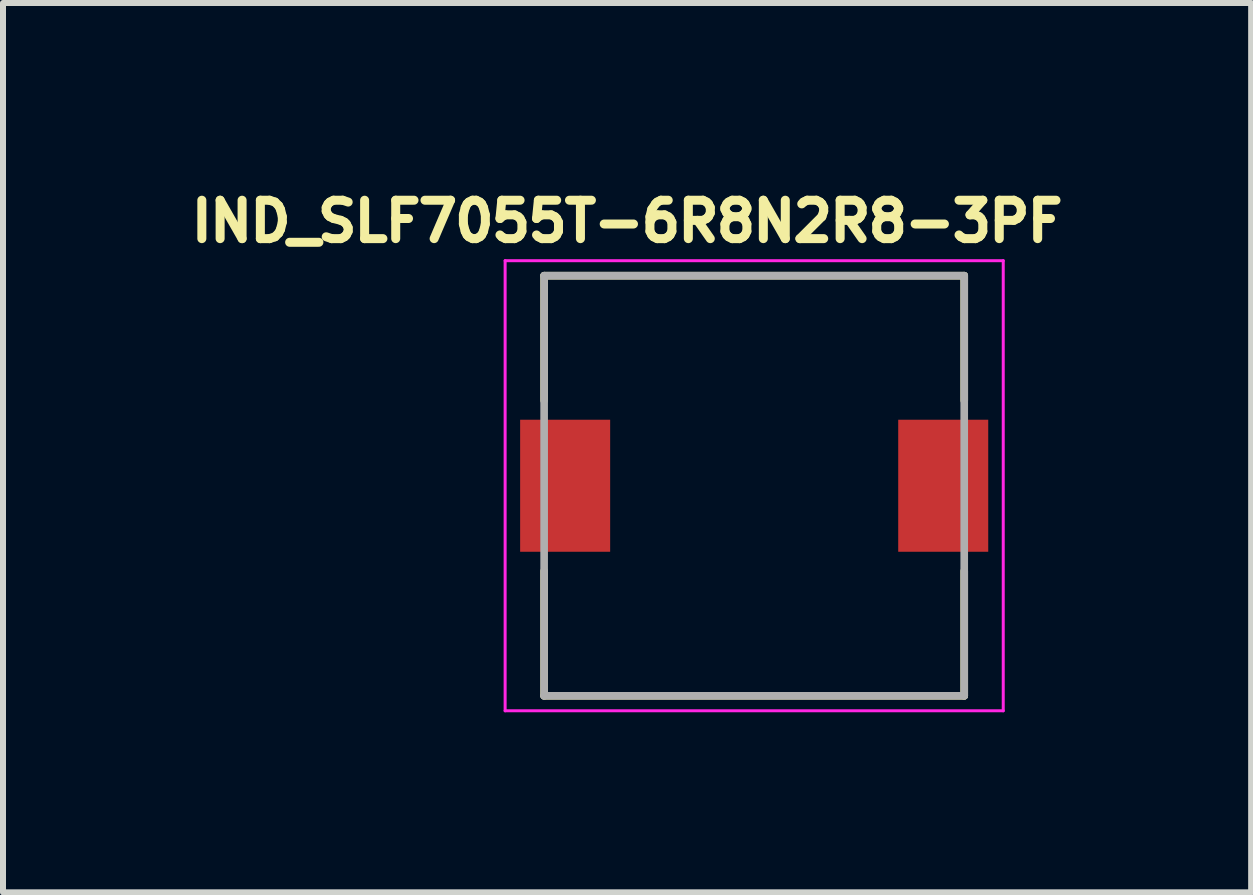
<source format=kicad_pcb>
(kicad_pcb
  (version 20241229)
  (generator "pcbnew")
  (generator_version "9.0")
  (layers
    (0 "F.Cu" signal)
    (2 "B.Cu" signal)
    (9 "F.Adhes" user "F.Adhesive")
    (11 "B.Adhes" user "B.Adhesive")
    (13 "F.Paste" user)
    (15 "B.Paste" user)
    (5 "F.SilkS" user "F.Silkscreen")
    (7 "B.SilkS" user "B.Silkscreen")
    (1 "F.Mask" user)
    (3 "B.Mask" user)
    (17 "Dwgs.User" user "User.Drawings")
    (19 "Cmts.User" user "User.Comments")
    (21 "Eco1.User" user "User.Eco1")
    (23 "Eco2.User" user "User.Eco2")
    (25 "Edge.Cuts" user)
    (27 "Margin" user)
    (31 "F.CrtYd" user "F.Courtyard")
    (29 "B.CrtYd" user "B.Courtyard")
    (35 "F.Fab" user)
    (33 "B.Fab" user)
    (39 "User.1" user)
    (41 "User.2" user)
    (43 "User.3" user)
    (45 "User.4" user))
  (footprint "IND_SLF7055T-6R8N2R8-3PF"
    (layer "F.Cu")
    (at 9.517 5.044)
    (property "Reference" "IND_SLF7055T-6R8N2R8-3PF" (at -2.118 -4.406 0) (layer "F.SilkS") (effects (font (size 0.64 0.64) (thickness 0.15))))
    (attr smd)
    (fp_line (start -3.5 -3.5) (end -3.5 -1.42) (stroke (width 0.127) (type solid)) (layer "F.SilkS"))
    (fp_line (start -3.5 -3.5) (end 3.5 -3.5) (stroke (width 0.127) (type solid)) (layer "F.SilkS"))
    (fp_line (start -3.5 3.5) (end -3.5 1.42) (stroke (width 0.127) (type solid)) (layer "F.SilkS"))
    (fp_line (start -3.5 3.5) (end 3.5 3.5) (stroke (width 0.127) (type solid)) (layer "F.SilkS"))
    (fp_line (start 3.5 -3.5) (end 3.5 -1.42) (stroke (width 0.127) (type solid)) (layer "F.SilkS"))
    (fp_line (start 3.5 3.5) (end 3.5 1.42) (stroke (width 0.127) (type solid)) (layer "F.SilkS"))
    (fp_line (start -4.15 -3.75) (end -4.15 3.75) (stroke (width 0.05) (type solid)) (layer "F.CrtYd"))
    (fp_line (start -4.15 3.75) (end 4.15 3.75) (stroke (width 0.05) (type solid)) (layer "F.CrtYd"))
    (fp_line (start 4.15 -3.75) (end -4.15 -3.75) (stroke (width 0.05) (type solid)) (layer "F.CrtYd"))
    (fp_line (start 4.15 3.75) (end 4.15 -3.75) (stroke (width 0.05) (type solid)) (layer "F.CrtYd"))
    (fp_line (start -3.5 -3.5) (end -3.5 3.5) (stroke (width 0.127) (type solid)) (layer "F.Fab"))
    (fp_line (start -3.5 -3.5) (end 3.5 -3.5) (stroke (width 0.127) (type solid)) (layer "F.Fab"))
    (fp_line (start -3.5 3.5) (end 3.5 3.5) (stroke (width 0.127) (type solid)) (layer "F.Fab"))
    (fp_line (start 3.5 -3.5) (end 3.5 3.5) (stroke (width 0.127) (type solid)) (layer "F.Fab"))
    (pad "1" smd rect (at -3.15 0) (size 1.5 2.2) (layers "F.Cu" "F.Mask" "F.Paste"))
    (pad "2" smd rect (at 3.15 0) (size 1.5 2.2) (layers "F.Cu" "F.Mask" "F.Paste")))
  (gr_rect
    (start -3 -3)
    (end 17.798 11.819)
    (stroke (width 0.1) (type default))
    (fill no)
    (layer "Edge.Cuts")))
</source>
